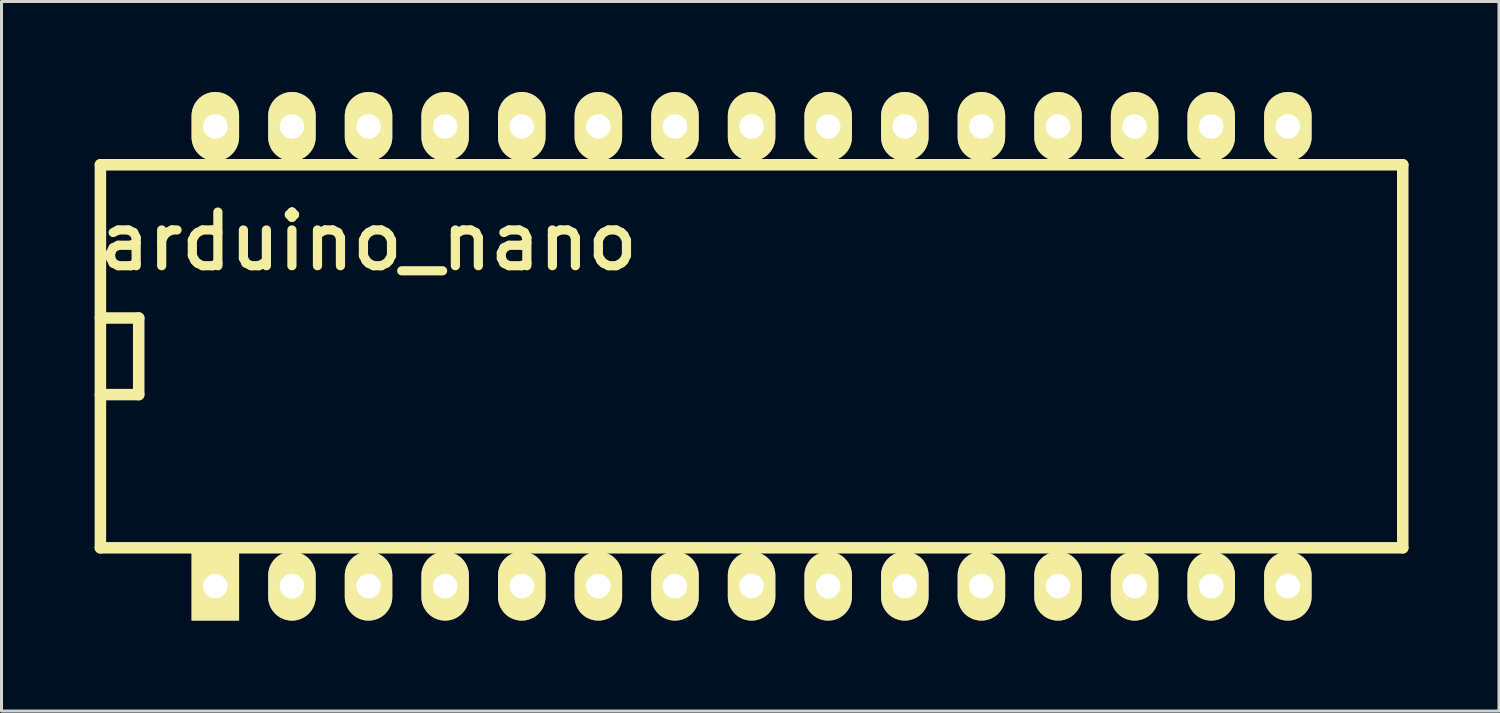
<source format=kicad_pcb>
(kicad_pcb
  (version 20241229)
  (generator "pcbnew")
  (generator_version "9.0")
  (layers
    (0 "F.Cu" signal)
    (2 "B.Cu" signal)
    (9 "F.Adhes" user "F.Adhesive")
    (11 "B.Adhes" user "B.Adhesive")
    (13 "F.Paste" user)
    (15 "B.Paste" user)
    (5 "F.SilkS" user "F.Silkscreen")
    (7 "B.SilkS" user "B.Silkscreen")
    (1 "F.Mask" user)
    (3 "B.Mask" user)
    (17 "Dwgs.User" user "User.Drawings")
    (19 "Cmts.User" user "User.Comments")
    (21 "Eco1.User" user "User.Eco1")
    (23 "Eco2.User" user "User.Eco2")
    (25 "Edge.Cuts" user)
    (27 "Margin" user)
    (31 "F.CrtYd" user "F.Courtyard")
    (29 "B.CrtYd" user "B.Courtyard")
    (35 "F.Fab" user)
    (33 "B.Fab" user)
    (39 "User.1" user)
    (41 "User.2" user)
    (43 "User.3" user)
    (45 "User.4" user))
  (footprint "arduino_nano"
    (layer "F.Cu")
    (at 23.139 8.763)
    (property "Reference" "arduino_nano" (at -13.97 -3.81 0) (layer "F.SilkS") (effects (font (size 1.778 1.778) (thickness 0.305))))
    (attr through_hole)
    (fp_line (start -22.86 -6.35) (end 20.32 -6.35) (stroke (width 0.381) (type solid)) (layer "F.SilkS"))
    (fp_line (start -22.86 1.27) (end -21.59 1.27) (stroke (width 0.381) (type solid)) (layer "F.SilkS"))
    (fp_line (start -22.86 6.35) (end -22.86 -6.35) (stroke (width 0.381) (type solid)) (layer "F.SilkS"))
    (fp_line (start -21.59 -1.27) (end -22.86 -1.27) (stroke (width 0.381) (type solid)) (layer "F.SilkS"))
    (fp_line (start -21.59 1.27) (end -21.59 -1.27) (stroke (width 0.381) (type solid)) (layer "F.SilkS"))
    (fp_line (start 20.32 -6.35) (end 20.32 6.35) (stroke (width 0.381) (type solid)) (layer "F.SilkS"))
    (fp_line (start 20.32 6.35) (end -22.86 6.35) (stroke (width 0.381) (type solid)) (layer "F.SilkS"))
    (pad "3V3" thru_hole oval (at 13.97 -7.62) (size 1.575 2.286) (drill 0.813) (layers "*.Cu" "*.Mask" "F.SilkS"))
    (pad "5V" thru_hole oval (at -11.43 -7.62) (size 1.575 2.286) (drill 0.813) (layers "*.Cu" "*.Mask" "F.SilkS"))
    (pad "A0" thru_hole oval (at 8.89 -7.62) (size 1.575 2.286) (drill 0.813) (layers "*.Cu" "*.Mask" "F.SilkS"))
    (pad "A1" thru_hole oval (at 6.35 -7.62) (size 1.575 2.286) (drill 0.813) (layers "*.Cu" "*.Mask" "F.SilkS"))
    (pad "A2" thru_hole oval (at 3.81 -7.62) (size 1.575 2.286) (drill 0.813) (layers "*.Cu" "*.Mask" "F.SilkS"))
    (pad "A3" thru_hole oval (at 1.27 -7.62) (size 1.575 2.286) (drill 0.813) (layers "*.Cu" "*.Mask" "F.SilkS"))
    (pad "A4" thru_hole oval (at -1.27 -7.62) (size 1.575 2.286) (drill 0.813) (layers "*.Cu" "*.Mask" "F.SilkS"))
    (pad "A5" thru_hole oval (at -3.81 -7.62) (size 1.575 2.286) (drill 0.813) (layers "*.Cu" "*.Mask" "F.SilkS"))
    (pad "A6" thru_hole oval (at -6.35 -7.62) (size 1.575 2.286) (drill 0.813) (layers "*.Cu" "*.Mask" "F.SilkS"))
    (pad "A7" thru_hole oval (at -8.89 -7.62) (size 1.575 2.286) (drill 0.813) (layers "*.Cu" "*.Mask" "F.SilkS"))
    (pad "D2" thru_hole oval (at -8.89 7.62) (size 1.575 2.286) (drill 0.813) (layers "*.Cu" "*.Mask" "F.SilkS"))
    (pad "D3" thru_hole oval (at -6.35 7.62) (size 1.575 2.286) (drill 0.813) (layers "*.Cu" "*.Mask" "F.SilkS"))
    (pad "D4" thru_hole oval (at -3.81 7.62) (size 1.575 2.286) (drill 0.813) (layers "*.Cu" "*.Mask" "F.SilkS"))
    (pad "D5" thru_hole oval (at -1.27 7.62) (size 1.575 2.286) (drill 0.813) (layers "*.Cu" "*.Mask" "F.SilkS"))
    (pad "D6" thru_hole oval (at 1.27 7.62) (size 1.575 2.286) (drill 0.813) (layers "*.Cu" "*.Mask" "F.SilkS"))
    (pad "D7" thru_hole oval (at 3.81 7.62) (size 1.575 2.286) (drill 0.813) (layers "*.Cu" "*.Mask" "F.SilkS"))
    (pad "D8" thru_hole oval (at 6.35 7.62) (size 1.575 2.286) (drill 0.813) (layers "*.Cu" "*.Mask" "F.SilkS"))
    (pad "D9" thru_hole oval (at 8.89 7.62) (size 1.575 2.286) (drill 0.813) (layers "*.Cu" "*.Mask" "F.SilkS"))
    (pad "D10" thru_hole oval (at 11.43 7.62) (size 1.575 2.286) (drill 0.813) (layers "*.Cu" "*.Mask" "F.SilkS"))
    (pad "D11" thru_hole oval (at 13.97 7.62) (size 1.575 2.286) (drill 0.813) (layers "*.Cu" "*.Mask" "F.SilkS"))
    (pad "D12" thru_hole oval (at 16.51 7.62) (size 1.575 2.286) (drill 0.813) (layers "*.Cu" "*.Mask" "F.SilkS"))
    (pad "D13" thru_hole oval (at 16.51 -7.62) (size 1.575 2.286) (drill 0.813) (layers "*.Cu" "*.Mask" "F.SilkS"))
    (pad "GND" thru_hole oval (at -16.51 -7.62) (size 1.575 2.286) (drill 0.813) (layers "*.Cu" "*.Mask" "F.SilkS"))
    (pad "GND1" thru_hole oval (at -11.43 7.62) (size 1.575 2.286) (drill 0.813) (layers "*.Cu" "*.Mask" "F.SilkS"))
    (pad "REF" thru_hole oval (at 11.43 -7.62) (size 1.575 2.286) (drill 0.813) (layers "*.Cu" "*.Mask" "F.SilkS"))
    (pad "RST" thru_hole oval (at -13.97 -7.62) (size 1.575 2.286) (drill 0.813) (layers "*.Cu" "*.Mask" "F.SilkS"))
    (pad "RST1" thru_hole oval (at -13.97 7.62) (size 1.575 2.286) (drill 0.813) (layers "*.Cu" "*.Mask" "F.SilkS"))
    (pad "RX0" thru_hole oval (at -16.51 7.62) (size 1.575 2.286) (drill 0.813) (layers "*.Cu" "*.Mask" "F.SilkS"))
    (pad "TX1" thru_hole rect (at -19.05 7.62) (size 1.575 2.286) (drill 0.813) (layers "*.Cu" "*.Mask" "F.SilkS"))
    (pad "VIN" thru_hole oval (at -19.05 -7.62) (size 1.575 2.286) (drill 0.813) (layers "*.Cu" "*.Mask" "F.SilkS")))
  (gr_rect
    (start -3 -3)
    (end 46.65 20.526)
    (stroke (width 0.1) (type default))
    (fill no)
    (layer "Edge.Cuts")))
</source>
